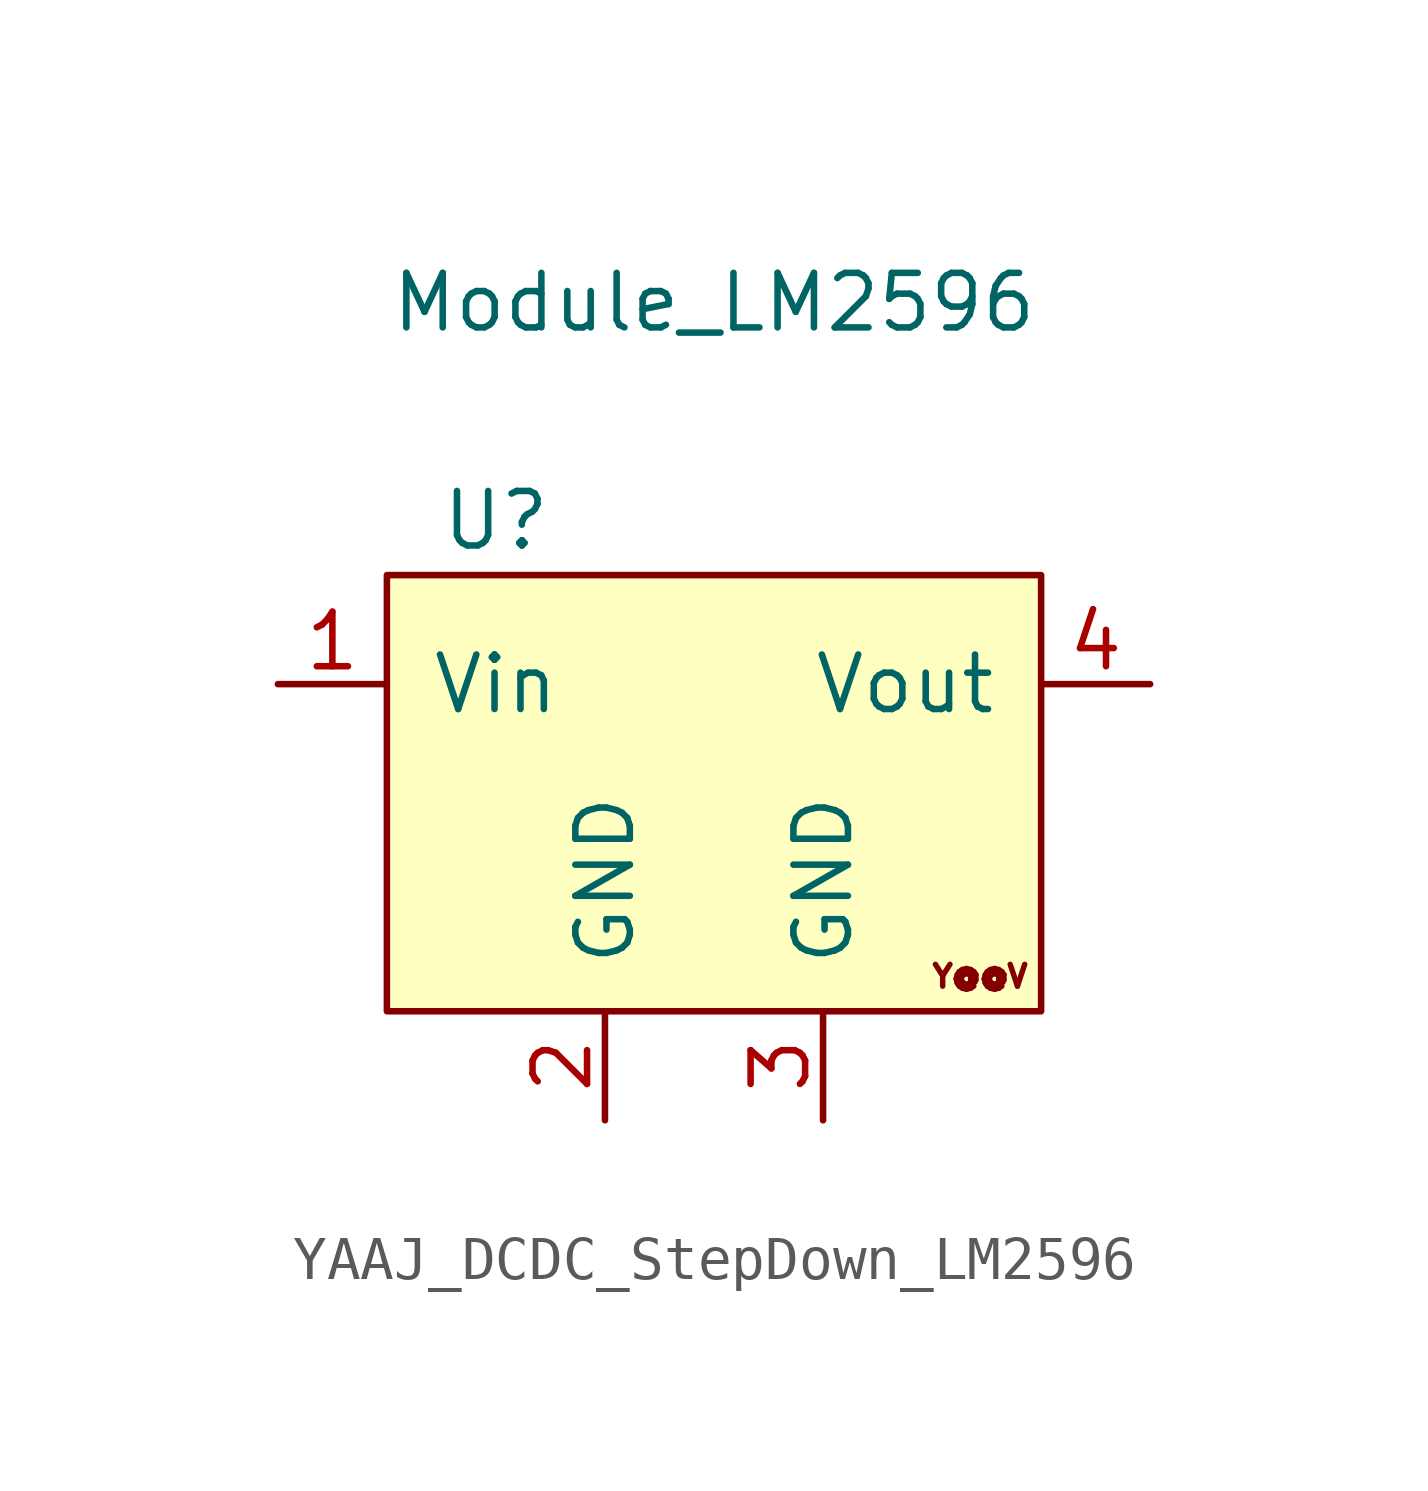
<source format=kicad_sym>
(kicad_symbol_lib
  (version 20231120)
  (generator "kicad_symbol_editor")
  (generator_version "8.0")
  (symbol "YAAJ_DCDC_StepDown_LM2596"
    (pin_names
      (offset 1.016))
    (property "Reference" "U"
      (at -5.08 6.35 0)
      (effects (font (size 1.27 1.27))))
    (property "Value" "Module_LM2596"
      (at 0 11.43 0)
      (effects (font (size 1.27 1.27))))
    (symbol "YAAJ_DCDC_StepDown_LM2596_0_1"
      (rectangle (start -7.62 5.08) (end 7.62 -5.08) (stroke (width 0) (type solid)) (fill (type background))))
    (symbol "YAAJ_DCDC_StepDown_LM2596_1_1"
      (text "Y@@V" (at 6.198 -4.267 0) (effects (font (size 0.508 0.508))))
      (pin power_in line (at -10.16 2.54 0) (length 2.54) (name "Vin" (effects (font (size 1.27 1.27)))) (number "1" (effects (font (size 1.27 1.27)))))
      (pin power_in line (at -2.54 -7.62 90) (length 2.54) (name "GND" (effects (font (size 1.27 1.27)))) (number "2" (effects (font (size 1.27 1.27)))))
      (pin power_in line (at 2.54 -7.62 90) (length 2.54) (name "GND" (effects (font (size 1.27 1.27)))) (number "3" (effects (font (size 1.27 1.27)))))
      (pin power_out line (at 10.16 2.54 180) (length 2.54) (name "Vout" (effects (font (size 1.27 1.27)))) (number "4" (effects (font (size 1.27 1.27))))))))
</source>
